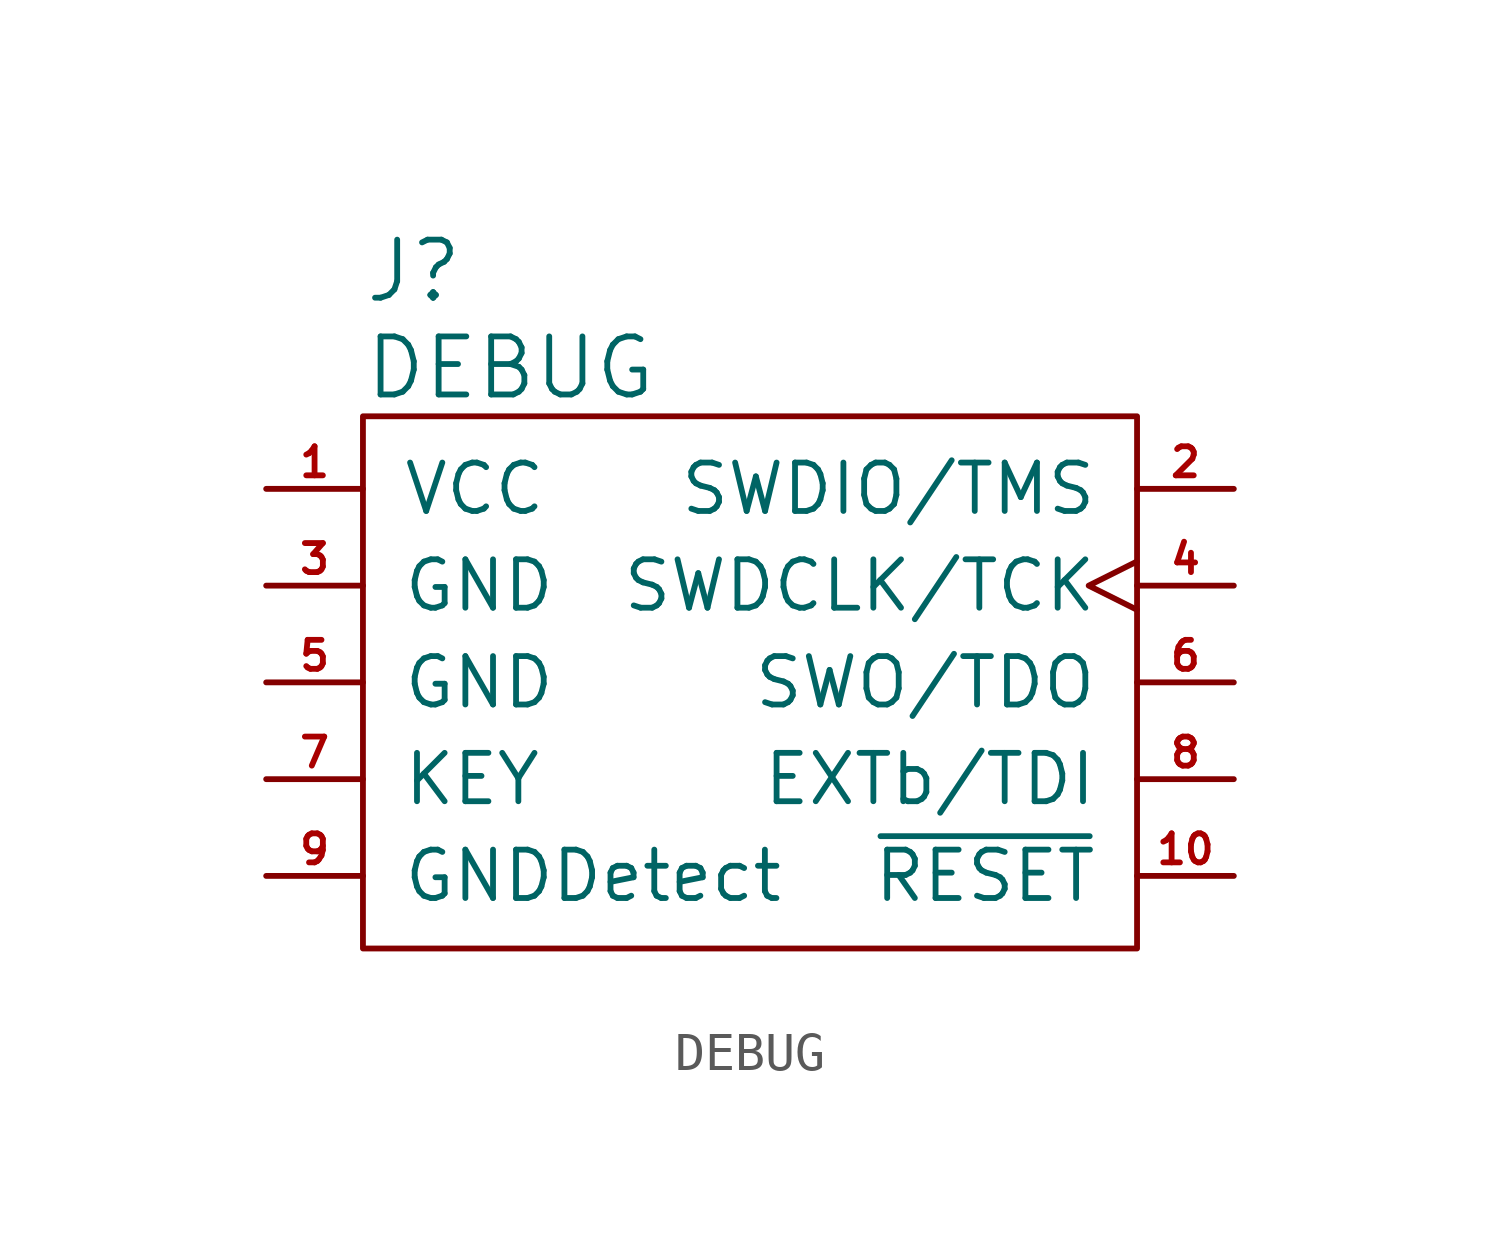
<source format=kicad_sym>
(kicad_symbol_lib
  (version 20211014)
  (generator kicad_symbol_editor)
  (symbol "DEBUG"
    (pin_names
      (offset 1.016))
    (property "Reference" "J"
      (at -10.16 10.795 0)
      (effects (font (size 1.524 1.524)) (justify left)))
    (property "Value" "DEBUG"
      (at -10.16 8.255 0)
      (effects (font (size 1.524 1.524)) (justify left)))
    (symbol "DEBUG_0_1"
      (rectangle (start -10.16 -6.985) (end 10.16 6.985) (stroke (width 0) (type default) (color 0 0 0 0)) (fill (type none))))
    (symbol "DEBUG_1_1"
      (pin power_in line (at -12.7 5.08 0) (length 2.54) (name "VCC" (effects (font (size 1.27 1.27)))) (number "1" (effects (font (size 0.762 0.762)))))
      (pin open_collector line (at 12.7 -5.08 180) (length 2.54) (name "~{RESET}" (effects (font (size 1.27 1.27)))) (number "10" (effects (font (size 0.762 0.762)))))
      (pin bidirectional line (at 12.7 5.08 180) (length 2.54) (name "SWDIO/TMS" (effects (font (size 1.27 1.27)))) (number "2" (effects (font (size 0.762 0.762)))))
      (pin power_in line (at -12.7 2.54 0) (length 2.54) (name "GND" (effects (font (size 1.27 1.27)))) (number "3" (effects (font (size 0.762 0.762)))))
      (pin output clock (at 12.7 2.54 180) (length 2.54) (name "SWDCLK/TCK" (effects (font (size 1.27 1.27)))) (number "4" (effects (font (size 0.762 0.762)))))
      (pin power_in line (at -12.7 0 0) (length 2.54) (name "GND" (effects (font (size 1.27 1.27)))) (number "5" (effects (font (size 0.762 0.762)))))
      (pin input line (at 12.7 0 180) (length 2.54) (name "SWO/TDO" (effects (font (size 1.27 1.27)))) (number "6" (effects (font (size 0.762 0.762)))))
      (pin power_in line (at -12.7 -2.54 0) (length 2.54) (name "KEY" (effects (font (size 1.27 1.27)))) (number "7" (effects (font (size 0.762 0.762)))))
      (pin output line (at 12.7 -2.54 180) (length 2.54) (name "EXTb/TDI" (effects (font (size 1.27 1.27)))) (number "8" (effects (font (size 0.762 0.762)))))
      (pin passive line (at -12.7 -5.08 0) (length 2.54) (name "GNDDetect" (effects (font (size 1.27 1.27)))) (number "9" (effects (font (size 0.762 0.762))))))))
</source>
